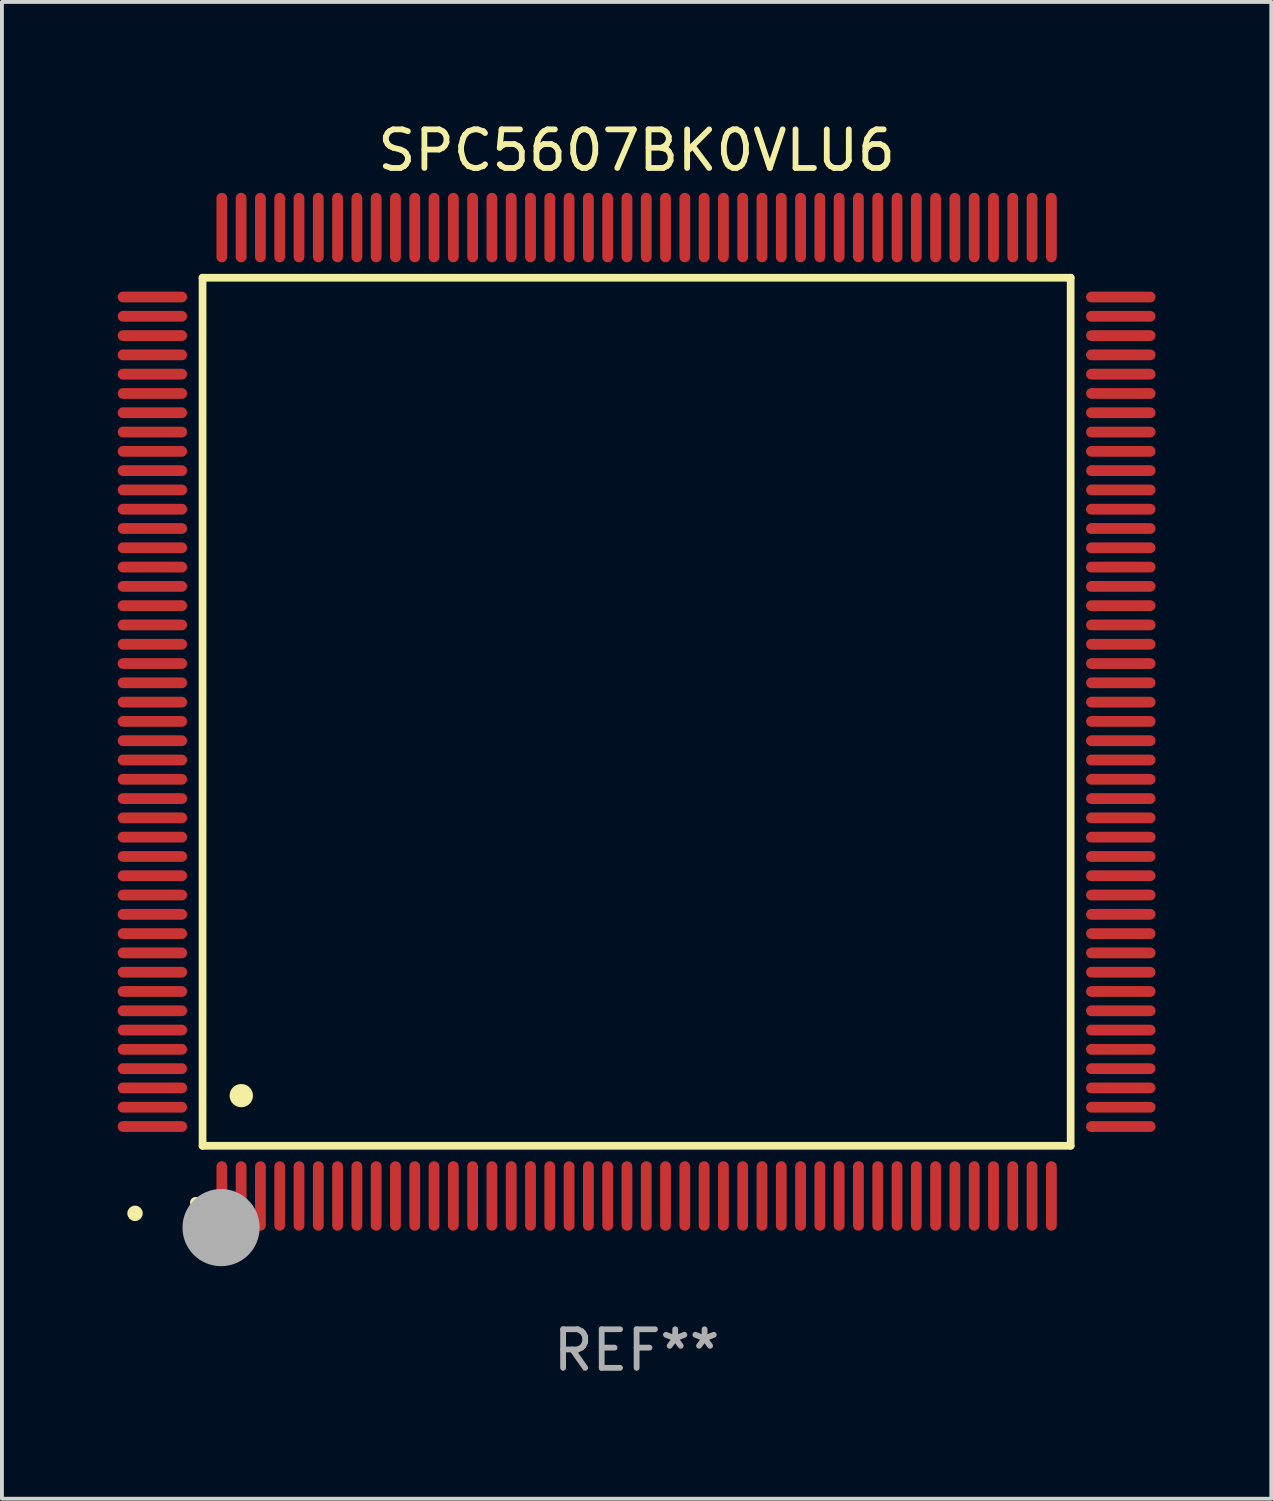
<source format=kicad_pcb>
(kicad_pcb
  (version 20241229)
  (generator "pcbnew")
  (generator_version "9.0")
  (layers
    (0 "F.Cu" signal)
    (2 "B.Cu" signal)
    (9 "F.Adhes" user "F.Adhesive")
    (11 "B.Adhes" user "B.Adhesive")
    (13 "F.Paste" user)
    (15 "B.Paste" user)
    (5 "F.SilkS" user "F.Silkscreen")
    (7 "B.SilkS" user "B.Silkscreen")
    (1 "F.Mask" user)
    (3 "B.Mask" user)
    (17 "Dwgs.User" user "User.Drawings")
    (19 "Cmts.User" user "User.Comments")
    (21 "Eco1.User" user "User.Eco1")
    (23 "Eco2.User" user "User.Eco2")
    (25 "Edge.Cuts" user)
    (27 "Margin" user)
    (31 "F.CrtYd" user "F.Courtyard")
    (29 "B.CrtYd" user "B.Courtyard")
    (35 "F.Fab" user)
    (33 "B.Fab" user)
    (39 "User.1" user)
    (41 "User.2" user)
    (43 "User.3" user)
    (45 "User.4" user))
  (footprint "SPC5607BK0VLU6"
    (layer "F.Cu")
    (at 13.45 15.398)
    (property "Reference" "SPC5607BK0VLU6" (at 0 -14.55 0) (layer "F.SilkS") (effects (font (size 1 1) (thickness 0.15))))
    (attr through_hole)
    (fp_line (start -11.25 -11.25) (end 11.25 -11.25) (stroke (width 0.2) (type solid)) (layer "F.SilkS"))
    (fp_line (start -11.25 11.25) (end -11.25 -11.25) (stroke (width 0.2) (type solid)) (layer "F.SilkS"))
    (fp_line (start 11.25 -11.25) (end 11.25 11.25) (stroke (width 0.2) (type solid)) (layer "F.SilkS"))
    (fp_line (start 11.25 11.25) (end -11.25 11.25) (stroke (width 0.2) (type solid)) (layer "F.SilkS"))
    (fp_arc (start -11.424943 12.725425) (mid -11.423673 12.72542) (end -11.422403 12.725425) (stroke (width 0.3) (type solid)) (layer "F.SilkS"))
    (fp_arc (start -10.24892 9.9492) (mid -10.24638 9.949189) (end -10.24384 9.9492) (stroke (width 0.6) (type solid)) (layer "F.SilkS"))
    (fp_circle (center -13 13) (end -12.9 13) (stroke (width 0.2) (type solid)) (fill no) (layer "F.SilkS"))
    (fp_circle (center -10.77 13.37) (end -10.27 13.37) (stroke (width 1) (type solid)) (fill no) (layer "F.Fab"))
    (fp_text user "REF**" (at 0 16.55 0) (layer "F.Fab") (effects (font (size 1 1) (thickness 0.15))))
    (pad "1" smd oval (at -10.75 12.55) (size 0.28 1.8) (layers "F.Cu" "F.Mask" "F.Paste"))
    (pad "2" smd oval (at -10.25 12.55) (size 0.28 1.8) (layers "F.Cu" "F.Mask" "F.Paste"))
    (pad "3" smd oval (at -9.75 12.55) (size 0.28 1.8) (layers "F.Cu" "F.Mask" "F.Paste"))
    (pad "4" smd oval (at -9.25 12.55) (size 0.28 1.8) (layers "F.Cu" "F.Mask" "F.Paste"))
    (pad "5" smd oval (at -8.75 12.55) (size 0.28 1.8) (layers "F.Cu" "F.Mask" "F.Paste"))
    (pad "6" smd oval (at -8.25 12.55) (size 0.28 1.8) (layers "F.Cu" "F.Mask" "F.Paste"))
    (pad "7" smd oval (at -7.75 12.55) (size 0.28 1.8) (layers "F.Cu" "F.Mask" "F.Paste"))
    (pad "8" smd oval (at -7.25 12.55) (size 0.28 1.8) (layers "F.Cu" "F.Mask" "F.Paste"))
    (pad "9" smd oval (at -6.75 12.55) (size 0.28 1.8) (layers "F.Cu" "F.Mask" "F.Paste"))
    (pad "10" smd oval (at -6.25 12.55) (size 0.28 1.8) (layers "F.Cu" "F.Mask" "F.Paste"))
    (pad "11" smd oval (at -5.75 12.55) (size 0.28 1.8) (layers "F.Cu" "F.Mask" "F.Paste"))
    (pad "12" smd oval (at -5.25 12.55) (size 0.28 1.8) (layers "F.Cu" "F.Mask" "F.Paste"))
    (pad "13" smd oval (at -4.75 12.55) (size 0.28 1.8) (layers "F.Cu" "F.Mask" "F.Paste"))
    (pad "14" smd oval (at -4.25 12.55) (size 0.28 1.8) (layers "F.Cu" "F.Mask" "F.Paste"))
    (pad "15" smd oval (at -3.75 12.55) (size 0.28 1.8) (layers "F.Cu" "F.Mask" "F.Paste"))
    (pad "16" smd oval (at -3.25 12.55) (size 0.28 1.8) (layers "F.Cu" "F.Mask" "F.Paste"))
    (pad "17" smd oval (at -2.75 12.55) (size 0.28 1.8) (layers "F.Cu" "F.Mask" "F.Paste"))
    (pad "18" smd oval (at -2.25 12.55) (size 0.28 1.8) (layers "F.Cu" "F.Mask" "F.Paste"))
    (pad "19" smd oval (at -1.75 12.55) (size 0.28 1.8) (layers "F.Cu" "F.Mask" "F.Paste"))
    (pad "20" smd oval (at -1.25 12.55) (size 0.28 1.8) (layers "F.Cu" "F.Mask" "F.Paste"))
    (pad "21" smd oval (at -0.75 12.55) (size 0.28 1.8) (layers "F.Cu" "F.Mask" "F.Paste"))
    (pad "22" smd oval (at -0.25 12.55) (size 0.28 1.8) (layers "F.Cu" "F.Mask" "F.Paste"))
    (pad "23" smd oval (at 0.25 12.55) (size 0.28 1.8) (layers "F.Cu" "F.Mask" "F.Paste"))
    (pad "24" smd oval (at 0.75 12.55) (size 0.28 1.8) (layers "F.Cu" "F.Mask" "F.Paste"))
    (pad "25" smd oval (at 1.25 12.55) (size 0.28 1.8) (layers "F.Cu" "F.Mask" "F.Paste"))
    (pad "26" smd oval (at 1.75 12.55) (size 0.28 1.8) (layers "F.Cu" "F.Mask" "F.Paste"))
    (pad "27" smd oval (at 2.25 12.55) (size 0.28 1.8) (layers "F.Cu" "F.Mask" "F.Paste"))
    (pad "28" smd oval (at 2.75 12.55) (size 0.28 1.8) (layers "F.Cu" "F.Mask" "F.Paste"))
    (pad "29" smd oval (at 3.25 12.55) (size 0.28 1.8) (layers "F.Cu" "F.Mask" "F.Paste"))
    (pad "30" smd oval (at 3.75 12.55) (size 0.28 1.8) (layers "F.Cu" "F.Mask" "F.Paste"))
    (pad "31" smd oval (at 4.25 12.55) (size 0.28 1.8) (layers "F.Cu" "F.Mask" "F.Paste"))
    (pad "32" smd oval (at 4.75 12.55) (size 0.28 1.8) (layers "F.Cu" "F.Mask" "F.Paste"))
    (pad "33" smd oval (at 5.25 12.55) (size 0.28 1.8) (layers "F.Cu" "F.Mask" "F.Paste"))
    (pad "34" smd oval (at 5.75 12.55) (size 0.28 1.8) (layers "F.Cu" "F.Mask" "F.Paste"))
    (pad "35" smd oval (at 6.25 12.55) (size 0.28 1.8) (layers "F.Cu" "F.Mask" "F.Paste"))
    (pad "36" smd oval (at 6.75 12.55) (size 0.28 1.8) (layers "F.Cu" "F.Mask" "F.Paste"))
    (pad "37" smd oval (at 7.25 12.55) (size 0.28 1.8) (layers "F.Cu" "F.Mask" "F.Paste"))
    (pad "38" smd oval (at 7.75 12.55) (size 0.28 1.8) (layers "F.Cu" "F.Mask" "F.Paste"))
    (pad "39" smd oval (at 8.25 12.55) (size 0.28 1.8) (layers "F.Cu" "F.Mask" "F.Paste"))
    (pad "40" smd oval (at 8.75 12.55) (size 0.28 1.8) (layers "F.Cu" "F.Mask" "F.Paste"))
    (pad "41" smd oval (at 9.25 12.55) (size 0.28 1.8) (layers "F.Cu" "F.Mask" "F.Paste"))
    (pad "42" smd oval (at 9.75 12.55) (size 0.28 1.8) (layers "F.Cu" "F.Mask" "F.Paste"))
    (pad "43" smd oval (at 10.25 12.55) (size 0.28 1.8) (layers "F.Cu" "F.Mask" "F.Paste"))
    (pad "44" smd oval (at 10.75 12.55) (size 0.28 1.8) (layers "F.Cu" "F.Mask" "F.Paste"))
    (pad "45" smd oval (at 12.55 10.75) (size 1.8 0.28) (layers "F.Cu" "F.Mask" "F.Paste"))
    (pad "46" smd oval (at 12.55 10.25) (size 1.8 0.28) (layers "F.Cu" "F.Mask" "F.Paste"))
    (pad "47" smd oval (at 12.55 9.75) (size 1.8 0.28) (layers "F.Cu" "F.Mask" "F.Paste"))
    (pad "48" smd oval (at 12.55 9.25) (size 1.8 0.28) (layers "F.Cu" "F.Mask" "F.Paste"))
    (pad "49" smd oval (at 12.55 8.75) (size 1.8 0.28) (layers "F.Cu" "F.Mask" "F.Paste"))
    (pad "50" smd oval (at 12.55 8.25) (size 1.8 0.28) (layers "F.Cu" "F.Mask" "F.Paste"))
    (pad "51" smd oval (at 12.55 7.75) (size 1.8 0.28) (layers "F.Cu" "F.Mask" "F.Paste"))
    (pad "52" smd oval (at 12.55 7.25) (size 1.8 0.28) (layers "F.Cu" "F.Mask" "F.Paste"))
    (pad "53" smd oval (at 12.55 6.75) (size 1.8 0.28) (layers "F.Cu" "F.Mask" "F.Paste"))
    (pad "54" smd oval (at 12.55 6.25) (size 1.8 0.28) (layers "F.Cu" "F.Mask" "F.Paste"))
    (pad "55" smd oval (at 12.55 5.75) (size 1.8 0.28) (layers "F.Cu" "F.Mask" "F.Paste"))
    (pad "56" smd oval (at 12.55 5.25) (size 1.8 0.28) (layers "F.Cu" "F.Mask" "F.Paste"))
    (pad "57" smd oval (at 12.55 4.75) (size 1.8 0.28) (layers "F.Cu" "F.Mask" "F.Paste"))
    (pad "58" smd oval (at 12.55 4.25) (size 1.8 0.28) (layers "F.Cu" "F.Mask" "F.Paste"))
    (pad "59" smd oval (at 12.55 3.75) (size 1.8 0.28) (layers "F.Cu" "F.Mask" "F.Paste"))
    (pad "60" smd oval (at 12.55 3.25) (size 1.8 0.28) (layers "F.Cu" "F.Mask" "F.Paste"))
    (pad "61" smd oval (at 12.55 2.75) (size 1.8 0.28) (layers "F.Cu" "F.Mask" "F.Paste"))
    (pad "62" smd oval (at 12.55 2.25) (size 1.8 0.28) (layers "F.Cu" "F.Mask" "F.Paste"))
    (pad "63" smd oval (at 12.55 1.75) (size 1.8 0.28) (layers "F.Cu" "F.Mask" "F.Paste"))
    (pad "64" smd oval (at 12.55 1.25) (size 1.8 0.28) (layers "F.Cu" "F.Mask" "F.Paste"))
    (pad "65" smd oval (at 12.55 0.75) (size 1.8 0.28) (layers "F.Cu" "F.Mask" "F.Paste"))
    (pad "66" smd oval (at 12.55 0.25) (size 1.8 0.28) (layers "F.Cu" "F.Mask" "F.Paste"))
    (pad "67" smd oval (at 12.55 -0.25) (size 1.8 0.28) (layers "F.Cu" "F.Mask" "F.Paste"))
    (pad "68" smd oval (at 12.55 -0.75) (size 1.8 0.28) (layers "F.Cu" "F.Mask" "F.Paste"))
    (pad "69" smd oval (at 12.55 -1.25) (size 1.8 0.28) (layers "F.Cu" "F.Mask" "F.Paste"))
    (pad "70" smd oval (at 12.55 -1.75) (size 1.8 0.28) (layers "F.Cu" "F.Mask" "F.Paste"))
    (pad "71" smd oval (at 12.55 -2.25) (size 1.8 0.28) (layers "F.Cu" "F.Mask" "F.Paste"))
    (pad "72" smd oval (at 12.55 -2.75) (size 1.8 0.28) (layers "F.Cu" "F.Mask" "F.Paste"))
    (pad "73" smd oval (at 12.55 -3.25) (size 1.8 0.28) (layers "F.Cu" "F.Mask" "F.Paste"))
    (pad "74" smd oval (at 12.55 -3.75) (size 1.8 0.28) (layers "F.Cu" "F.Mask" "F.Paste"))
    (pad "75" smd oval (at 12.55 -4.25) (size 1.8 0.28) (layers "F.Cu" "F.Mask" "F.Paste"))
    (pad "76" smd oval (at 12.55 -4.75) (size 1.8 0.28) (layers "F.Cu" "F.Mask" "F.Paste"))
    (pad "77" smd oval (at 12.55 -5.25) (size 1.8 0.28) (layers "F.Cu" "F.Mask" "F.Paste"))
    (pad "78" smd oval (at 12.55 -5.75) (size 1.8 0.28) (layers "F.Cu" "F.Mask" "F.Paste"))
    (pad "79" smd oval (at 12.55 -6.25) (size 1.8 0.28) (layers "F.Cu" "F.Mask" "F.Paste"))
    (pad "80" smd oval (at 12.55 -6.75) (size 1.8 0.28) (layers "F.Cu" "F.Mask" "F.Paste"))
    (pad "81" smd oval (at 12.55 -7.25) (size 1.8 0.28) (layers "F.Cu" "F.Mask" "F.Paste"))
    (pad "82" smd oval (at 12.55 -7.75) (size 1.8 0.28) (layers "F.Cu" "F.Mask" "F.Paste"))
    (pad "83" smd oval (at 12.55 -8.25) (size 1.8 0.28) (layers "F.Cu" "F.Mask" "F.Paste"))
    (pad "84" smd oval (at 12.55 -8.75) (size 1.8 0.28) (layers "F.Cu" "F.Mask" "F.Paste"))
    (pad "85" smd oval (at 12.55 -9.25) (size 1.8 0.28) (layers "F.Cu" "F.Mask" "F.Paste"))
    (pad "86" smd oval (at 12.55 -9.75) (size 1.8 0.28) (layers "F.Cu" "F.Mask" "F.Paste"))
    (pad "87" smd oval (at 12.55 -10.25) (size 1.8 0.28) (layers "F.Cu" "F.Mask" "F.Paste"))
    (pad "88" smd oval (at 12.55 -10.75) (size 1.8 0.28) (layers "F.Cu" "F.Mask" "F.Paste"))
    (pad "89" smd oval (at 10.75 -12.55) (size 0.28 1.8) (layers "F.Cu" "F.Mask" "F.Paste"))
    (pad "90" smd oval (at 10.25 -12.55) (size 0.28 1.8) (layers "F.Cu" "F.Mask" "F.Paste"))
    (pad "91" smd oval (at 9.75 -12.55) (size 0.28 1.8) (layers "F.Cu" "F.Mask" "F.Paste"))
    (pad "92" smd oval (at 9.25 -12.55) (size 0.28 1.8) (layers "F.Cu" "F.Mask" "F.Paste"))
    (pad "93" smd oval (at 8.75 -12.55) (size 0.28 1.8) (layers "F.Cu" "F.Mask" "F.Paste"))
    (pad "94" smd oval (at 8.25 -12.55) (size 0.28 1.8) (layers "F.Cu" "F.Mask" "F.Paste"))
    (pad "95" smd oval (at 7.75 -12.55) (size 0.28 1.8) (layers "F.Cu" "F.Mask" "F.Paste"))
    (pad "96" smd oval (at 7.25 -12.55) (size 0.28 1.8) (layers "F.Cu" "F.Mask" "F.Paste"))
    (pad "97" smd oval (at 6.75 -12.55) (size 0.28 1.8) (layers "F.Cu" "F.Mask" "F.Paste"))
    (pad "98" smd oval (at 6.25 -12.55) (size 0.28 1.8) (layers "F.Cu" "F.Mask" "F.Paste"))
    (pad "99" smd oval (at 5.75 -12.55) (size 0.28 1.8) (layers "F.Cu" "F.Mask" "F.Paste"))
    (pad "100" smd oval (at 5.25 -12.55) (size 0.28 1.8) (layers "F.Cu" "F.Mask" "F.Paste"))
    (pad "101" smd oval (at 4.75 -12.55) (size 0.28 1.8) (layers "F.Cu" "F.Mask" "F.Paste"))
    (pad "102" smd oval (at 4.25 -12.55) (size 0.28 1.8) (layers "F.Cu" "F.Mask" "F.Paste"))
    (pad "103" smd oval (at 3.75 -12.55) (size 0.28 1.8) (layers "F.Cu" "F.Mask" "F.Paste"))
    (pad "104" smd oval (at 3.25 -12.55) (size 0.28 1.8) (layers "F.Cu" "F.Mask" "F.Paste"))
    (pad "105" smd oval (at 2.75 -12.55) (size 0.28 1.8) (layers "F.Cu" "F.Mask" "F.Paste"))
    (pad "106" smd oval (at 2.25 -12.55) (size 0.28 1.8) (layers "F.Cu" "F.Mask" "F.Paste"))
    (pad "107" smd oval (at 1.75 -12.55) (size 0.28 1.8) (layers "F.Cu" "F.Mask" "F.Paste"))
    (pad "108" smd oval (at 1.25 -12.55) (size 0.28 1.8) (layers "F.Cu" "F.Mask" "F.Paste"))
    (pad "109" smd oval (at 0.75 -12.55) (size 0.28 1.8) (layers "F.Cu" "F.Mask" "F.Paste"))
    (pad "110" smd oval (at 0.25 -12.55) (size 0.28 1.8) (layers "F.Cu" "F.Mask" "F.Paste"))
    (pad "111" smd oval (at -0.25 -12.55) (size 0.28 1.8) (layers "F.Cu" "F.Mask" "F.Paste"))
    (pad "112" smd oval (at -0.75 -12.55) (size 0.28 1.8) (layers "F.Cu" "F.Mask" "F.Paste"))
    (pad "113" smd oval (at -1.25 -12.55) (size 0.28 1.8) (layers "F.Cu" "F.Mask" "F.Paste"))
    (pad "114" smd oval (at -1.75 -12.55) (size 0.28 1.8) (layers "F.Cu" "F.Mask" "F.Paste"))
    (pad "115" smd oval (at -2.25 -12.55) (size 0.28 1.8) (layers "F.Cu" "F.Mask" "F.Paste"))
    (pad "116" smd oval (at -2.75 -12.55) (size 0.28 1.8) (layers "F.Cu" "F.Mask" "F.Paste"))
    (pad "117" smd oval (at -3.25 -12.55) (size 0.28 1.8) (layers "F.Cu" "F.Mask" "F.Paste"))
    (pad "118" smd oval (at -3.75 -12.55) (size 0.28 1.8) (layers "F.Cu" "F.Mask" "F.Paste"))
    (pad "119" smd oval (at -4.25 -12.55) (size 0.28 1.8) (layers "F.Cu" "F.Mask" "F.Paste"))
    (pad "120" smd oval (at -4.75 -12.55) (size 0.28 1.8) (layers "F.Cu" "F.Mask" "F.Paste"))
    (pad "121" smd oval (at -5.25 -12.55) (size 0.28 1.8) (layers "F.Cu" "F.Mask" "F.Paste"))
    (pad "122" smd oval (at -5.75 -12.55) (size 0.28 1.8) (layers "F.Cu" "F.Mask" "F.Paste"))
    (pad "123" smd oval (at -6.25 -12.55) (size 0.28 1.8) (layers "F.Cu" "F.Mask" "F.Paste"))
    (pad "124" smd oval (at -6.75 -12.55) (size 0.28 1.8) (layers "F.Cu" "F.Mask" "F.Paste"))
    (pad "125" smd oval (at -7.25 -12.55) (size 0.28 1.8) (layers "F.Cu" "F.Mask" "F.Paste"))
    (pad "126" smd oval (at -7.75 -12.55) (size 0.28 1.8) (layers "F.Cu" "F.Mask" "F.Paste"))
    (pad "127" smd oval (at -8.25 -12.55) (size 0.28 1.8) (layers "F.Cu" "F.Mask" "F.Paste"))
    (pad "128" smd oval (at -8.75 -12.55) (size 0.28 1.8) (layers "F.Cu" "F.Mask" "F.Paste"))
    (pad "129" smd oval (at -9.25 -12.55) (size 0.28 1.8) (layers "F.Cu" "F.Mask" "F.Paste"))
    (pad "130" smd oval (at -9.75 -12.55) (size 0.28 1.8) (layers "F.Cu" "F.Mask" "F.Paste"))
    (pad "131" smd oval (at -10.25 -12.55) (size 0.28 1.8) (layers "F.Cu" "F.Mask" "F.Paste"))
    (pad "132" smd oval (at -10.75 -12.55) (size 0.28 1.8) (layers "F.Cu" "F.Mask" "F.Paste"))
    (pad "133" smd oval (at -12.55 -10.75) (size 1.8 0.28) (layers "F.Cu" "F.Mask" "F.Paste"))
    (pad "134" smd oval (at -12.55 -10.25) (size 1.8 0.28) (layers "F.Cu" "F.Mask" "F.Paste"))
    (pad "135" smd oval (at -12.55 -9.75) (size 1.8 0.28) (layers "F.Cu" "F.Mask" "F.Paste"))
    (pad "136" smd oval (at -12.55 -9.25) (size 1.8 0.28) (layers "F.Cu" "F.Mask" "F.Paste"))
    (pad "137" smd oval (at -12.55 -8.75) (size 1.8 0.28) (layers "F.Cu" "F.Mask" "F.Paste"))
    (pad "138" smd oval (at -12.55 -8.25) (size 1.8 0.28) (layers "F.Cu" "F.Mask" "F.Paste"))
    (pad "139" smd oval (at -12.55 -7.75) (size 1.8 0.28) (layers "F.Cu" "F.Mask" "F.Paste"))
    (pad "140" smd oval (at -12.55 -7.25) (size 1.8 0.28) (layers "F.Cu" "F.Mask" "F.Paste"))
    (pad "141" smd oval (at -12.55 -6.75) (size 1.8 0.28) (layers "F.Cu" "F.Mask" "F.Paste"))
    (pad "142" smd oval (at -12.55 -6.25) (size 1.8 0.28) (layers "F.Cu" "F.Mask" "F.Paste"))
    (pad "143" smd oval (at -12.55 -5.75) (size 1.8 0.28) (layers "F.Cu" "F.Mask" "F.Paste"))
    (pad "144" smd oval (at -12.55 -5.25) (size 1.8 0.28) (layers "F.Cu" "F.Mask" "F.Paste"))
    (pad "145" smd oval (at -12.55 -4.75) (size 1.8 0.28) (layers "F.Cu" "F.Mask" "F.Paste"))
    (pad "146" smd oval (at -12.55 -4.25) (size 1.8 0.28) (layers "F.Cu" "F.Mask" "F.Paste"))
    (pad "147" smd oval (at -12.55 -3.75) (size 1.8 0.28) (layers "F.Cu" "F.Mask" "F.Paste"))
    (pad "148" smd oval (at -12.55 -3.25) (size 1.8 0.28) (layers "F.Cu" "F.Mask" "F.Paste"))
    (pad "149" smd oval (at -12.55 -2.75) (size 1.8 0.28) (layers "F.Cu" "F.Mask" "F.Paste"))
    (pad "150" smd oval (at -12.55 -2.25) (size 1.8 0.28) (layers "F.Cu" "F.Mask" "F.Paste"))
    (pad "151" smd oval (at -12.55 -1.75) (size 1.8 0.28) (layers "F.Cu" "F.Mask" "F.Paste"))
    (pad "152" smd oval (at -12.55 -1.25) (size 1.8 0.28) (layers "F.Cu" "F.Mask" "F.Paste"))
    (pad "153" smd oval (at -12.55 -0.75) (size 1.8 0.28) (layers "F.Cu" "F.Mask" "F.Paste"))
    (pad "154" smd oval (at -12.55 -0.25) (size 1.8 0.28) (layers "F.Cu" "F.Mask" "F.Paste"))
    (pad "155" smd oval (at -12.55 0.25) (size 1.8 0.28) (layers "F.Cu" "F.Mask" "F.Paste"))
    (pad "156" smd oval (at -12.55 0.75) (size 1.8 0.28) (layers "F.Cu" "F.Mask" "F.Paste"))
    (pad "157" smd oval (at -12.55 1.25) (size 1.8 0.28) (layers "F.Cu" "F.Mask" "F.Paste"))
    (pad "158" smd oval (at -12.55 1.75) (size 1.8 0.28) (layers "F.Cu" "F.Mask" "F.Paste"))
    (pad "159" smd oval (at -12.55 2.25) (size 1.8 0.28) (layers "F.Cu" "F.Mask" "F.Paste"))
    (pad "160" smd oval (at -12.55 2.75) (size 1.8 0.28) (layers "F.Cu" "F.Mask" "F.Paste"))
    (pad "161" smd oval (at -12.55 3.25) (size 1.8 0.28) (layers "F.Cu" "F.Mask" "F.Paste"))
    (pad "162" smd oval (at -12.55 3.75) (size 1.8 0.28) (layers "F.Cu" "F.Mask" "F.Paste"))
    (pad "163" smd oval (at -12.55 4.25) (size 1.8 0.28) (layers "F.Cu" "F.Mask" "F.Paste"))
    (pad "164" smd oval (at -12.55 4.75) (size 1.8 0.28) (layers "F.Cu" "F.Mask" "F.Paste"))
    (pad "165" smd oval (at -12.55 5.25) (size 1.8 0.28) (layers "F.Cu" "F.Mask" "F.Paste"))
    (pad "166" smd oval (at -12.55 5.75) (size 1.8 0.28) (layers "F.Cu" "F.Mask" "F.Paste"))
    (pad "167" smd oval (at -12.55 6.25) (size 1.8 0.28) (layers "F.Cu" "F.Mask" "F.Paste"))
    (pad "168" smd oval (at -12.55 6.75) (size 1.8 0.28) (layers "F.Cu" "F.Mask" "F.Paste"))
    (pad "169" smd oval (at -12.55 7.25) (size 1.8 0.28) (layers "F.Cu" "F.Mask" "F.Paste"))
    (pad "170" smd oval (at -12.55 7.75) (size 1.8 0.28) (layers "F.Cu" "F.Mask" "F.Paste"))
    (pad "171" smd oval (at -12.55 8.25) (size 1.8 0.28) (layers "F.Cu" "F.Mask" "F.Paste"))
    (pad "172" smd oval (at -12.55 8.75) (size 1.8 0.28) (layers "F.Cu" "F.Mask" "F.Paste"))
    (pad "173" smd oval (at -12.55 9.25) (size 1.8 0.28) (layers "F.Cu" "F.Mask" "F.Paste"))
    (pad "174" smd oval (at -12.55 9.75) (size 1.8 0.28) (layers "F.Cu" "F.Mask" "F.Paste"))
    (pad "175" smd oval (at -12.55 10.25) (size 1.8 0.28) (layers "F.Cu" "F.Mask" "F.Paste"))
    (pad "176" smd oval (at -12.55 10.75) (size 1.8 0.28) (layers "F.Cu" "F.Mask" "F.Paste")))
  (gr_rect
    (start -3 -3)
    (end 29.9 35.796)
    (stroke (width 0.1) (type default))
    (fill no)
    (layer "Edge.Cuts")))
</source>
